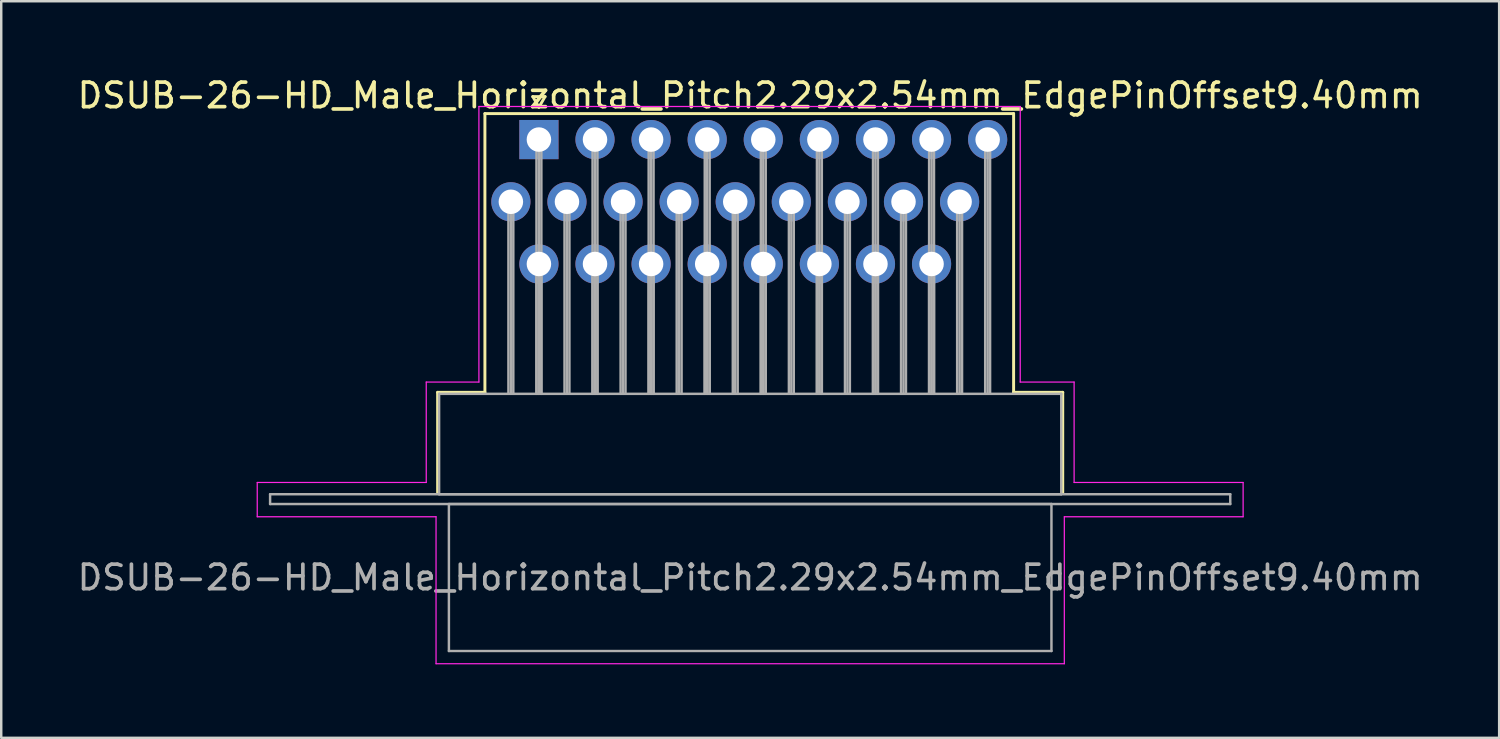
<source format=kicad_pcb>
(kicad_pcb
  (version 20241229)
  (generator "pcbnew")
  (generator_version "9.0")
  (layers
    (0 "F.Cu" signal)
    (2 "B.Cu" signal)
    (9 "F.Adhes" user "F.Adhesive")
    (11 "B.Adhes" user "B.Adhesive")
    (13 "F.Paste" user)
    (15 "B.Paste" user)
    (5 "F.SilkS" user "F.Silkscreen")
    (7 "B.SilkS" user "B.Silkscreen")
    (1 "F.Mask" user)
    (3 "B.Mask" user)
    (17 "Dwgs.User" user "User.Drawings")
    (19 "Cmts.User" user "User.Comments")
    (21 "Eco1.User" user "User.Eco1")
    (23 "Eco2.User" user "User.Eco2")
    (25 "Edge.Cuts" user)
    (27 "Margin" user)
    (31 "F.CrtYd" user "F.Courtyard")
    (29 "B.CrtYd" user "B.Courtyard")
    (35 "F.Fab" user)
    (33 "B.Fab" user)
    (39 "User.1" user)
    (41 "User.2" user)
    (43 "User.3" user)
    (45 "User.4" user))
  (footprint "DSUB-26-HD_Male_Horizontal_Pitch2.29x2.54mm_EdgePinOffset9.40mm"
    (layer "F.Cu")
    (at 18.952 2.648)
    (property "Reference" "DSUB-26-HD_Male_Horizontal_Pitch2.29x2.54mm_EdgePinOffset9.40mm" (at 8.625 -1.8 0) (layer "F.SilkS") (effects (font (size 1 1) (thickness 0.15))))
    (attr through_hole)
    (fp_line (start -4.135 10.32) (end -2.205 10.32) (stroke (width 0.12) (type solid)) (layer "F.SilkS"))
    (fp_line (start -4.135 14.42) (end -4.135 10.32) (stroke (width 0.12) (type solid)) (layer "F.SilkS"))
    (fp_line (start -2.205 -1.06) (end 19.38 -1.06) (stroke (width 0.12) (type solid)) (layer "F.SilkS"))
    (fp_line (start -2.205 10.32) (end -2.205 -1.06) (stroke (width 0.12) (type solid)) (layer "F.SilkS"))
    (fp_line (start -0.25 -1.754) (end 0.25 -1.754) (stroke (width 0.12) (type solid)) (layer "F.SilkS"))
    (fp_line (start 0 -1.321) (end -0.25 -1.754) (stroke (width 0.12) (type solid)) (layer "F.SilkS"))
    (fp_line (start 0.25 -1.754) (end 0 -1.321) (stroke (width 0.12) (type solid)) (layer "F.SilkS"))
    (fp_line (start 19.38 -1.06) (end 19.38 10.32) (stroke (width 0.12) (type solid)) (layer "F.SilkS"))
    (fp_line (start 19.38 10.32) (end 21.385 10.32) (stroke (width 0.12) (type solid)) (layer "F.SilkS"))
    (fp_line (start 21.385 10.32) (end 21.385 14.42) (stroke (width 0.12) (type solid)) (layer "F.SilkS"))
    (fp_line (start -11.5 14) (end -4.6 14) (stroke (width 0.05) (type solid)) (layer "F.CrtYd"))
    (fp_line (start -11.5 15.4) (end -11.5 14) (stroke (width 0.05) (type solid)) (layer "F.CrtYd"))
    (fp_line (start -4.6 9.9) (end -2.45 9.9) (stroke (width 0.05) (type solid)) (layer "F.CrtYd"))
    (fp_line (start -4.6 14) (end -4.6 9.9) (stroke (width 0.05) (type solid)) (layer "F.CrtYd"))
    (fp_line (start -4.2 15.4) (end -11.5 15.4) (stroke (width 0.05) (type solid)) (layer "F.CrtYd"))
    (fp_line (start -4.2 21.4) (end -4.2 15.4) (stroke (width 0.05) (type solid)) (layer "F.CrtYd"))
    (fp_line (start -2.45 -1.35) (end 19.65 -1.35) (stroke (width 0.05) (type solid)) (layer "F.CrtYd"))
    (fp_line (start -2.45 9.9) (end -2.45 -1.35) (stroke (width 0.05) (type solid)) (layer "F.CrtYd"))
    (fp_line (start 19.65 -1.35) (end 19.65 9.9) (stroke (width 0.05) (type solid)) (layer "F.CrtYd"))
    (fp_line (start 19.65 9.9) (end 21.85 9.9) (stroke (width 0.05) (type solid)) (layer "F.CrtYd"))
    (fp_line (start 21.45 15.4) (end 21.45 21.4) (stroke (width 0.05) (type solid)) (layer "F.CrtYd"))
    (fp_line (start 21.45 21.4) (end -4.2 21.4) (stroke (width 0.05) (type solid)) (layer "F.CrtYd"))
    (fp_line (start 21.85 9.9) (end 21.85 14) (stroke (width 0.05) (type solid)) (layer "F.CrtYd"))
    (fp_line (start 21.85 14) (end 28.75 14) (stroke (width 0.05) (type solid)) (layer "F.CrtYd"))
    (fp_line (start 28.75 14) (end 28.75 15.4) (stroke (width 0.05) (type solid)) (layer "F.CrtYd"))
    (fp_line (start 28.75 15.4) (end 21.45 15.4) (stroke (width 0.05) (type solid)) (layer "F.CrtYd"))
    (fp_line (start -10.975 14.48) (end -10.975 14.88) (stroke (width 0.1) (type solid)) (layer "F.Fab"))
    (fp_line (start -10.975 14.88) (end 28.225 14.88) (stroke (width 0.1) (type solid)) (layer "F.Fab"))
    (fp_line (start -4.075 10.38) (end -4.075 14.48) (stroke (width 0.1) (type solid)) (layer "F.Fab"))
    (fp_line (start -4.075 14.48) (end 21.325 14.48) (stroke (width 0.1) (type solid)) (layer "F.Fab"))
    (fp_line (start -3.675 14.88) (end -3.675 20.88) (stroke (width 0.1) (type solid)) (layer "F.Fab"))
    (fp_line (start -3.675 20.88) (end 20.925 20.88) (stroke (width 0.1) (type solid)) (layer "F.Fab"))
    (fp_line (start -1.245 2.54) (end -1.245 10.38) (stroke (width 0.1) (type solid)) (layer "F.Fab"))
    (fp_line (start -1.145 2.54) (end -1.145 10.38) (stroke (width 0.1) (type solid)) (layer "F.Fab"))
    (fp_line (start -1.045 2.54) (end -1.045 10.38) (stroke (width 0.1) (type solid)) (layer "F.Fab"))
    (fp_line (start -0.1 0) (end -0.1 10.38) (stroke (width 0.1) (type solid)) (layer "F.Fab"))
    (fp_line (start -0.1 5.08) (end -0.1 10.38) (stroke (width 0.1) (type solid)) (layer "F.Fab"))
    (fp_line (start 0 0) (end 0 10.38) (stroke (width 0.1) (type solid)) (layer "F.Fab"))
    (fp_line (start 0 5.08) (end 0 10.38) (stroke (width 0.1) (type solid)) (layer "F.Fab"))
    (fp_line (start 0.1 0) (end 0.1 10.38) (stroke (width 0.1) (type solid)) (layer "F.Fab"))
    (fp_line (start 0.1 5.08) (end 0.1 10.38) (stroke (width 0.1) (type solid)) (layer "F.Fab"))
    (fp_line (start 1.045 2.54) (end 1.045 10.38) (stroke (width 0.1) (type solid)) (layer "F.Fab"))
    (fp_line (start 1.145 2.54) (end 1.145 10.38) (stroke (width 0.1) (type solid)) (layer "F.Fab"))
    (fp_line (start 1.245 2.54) (end 1.245 10.38) (stroke (width 0.1) (type solid)) (layer "F.Fab"))
    (fp_line (start 2.19 0) (end 2.19 10.38) (stroke (width 0.1) (type solid)) (layer "F.Fab"))
    (fp_line (start 2.19 5.08) (end 2.19 10.38) (stroke (width 0.1) (type solid)) (layer "F.Fab"))
    (fp_line (start 2.29 0) (end 2.29 10.38) (stroke (width 0.1) (type solid)) (layer "F.Fab"))
    (fp_line (start 2.29 5.08) (end 2.29 10.38) (stroke (width 0.1) (type solid)) (layer "F.Fab"))
    (fp_line (start 2.39 0) (end 2.39 10.38) (stroke (width 0.1) (type solid)) (layer "F.Fab"))
    (fp_line (start 2.39 5.08) (end 2.39 10.38) (stroke (width 0.1) (type solid)) (layer "F.Fab"))
    (fp_line (start 3.335 2.54) (end 3.335 10.38) (stroke (width 0.1) (type solid)) (layer "F.Fab"))
    (fp_line (start 3.435 2.54) (end 3.435 10.38) (stroke (width 0.1) (type solid)) (layer "F.Fab"))
    (fp_line (start 3.535 2.54) (end 3.535 10.38) (stroke (width 0.1) (type solid)) (layer "F.Fab"))
    (fp_line (start 4.48 0) (end 4.48 10.38) (stroke (width 0.1) (type solid)) (layer "F.Fab"))
    (fp_line (start 4.48 5.08) (end 4.48 10.38) (stroke (width 0.1) (type solid)) (layer "F.Fab"))
    (fp_line (start 4.58 0) (end 4.58 10.38) (stroke (width 0.1) (type solid)) (layer "F.Fab"))
    (fp_line (start 4.58 5.08) (end 4.58 10.38) (stroke (width 0.1) (type solid)) (layer "F.Fab"))
    (fp_line (start 4.68 0) (end 4.68 10.38) (stroke (width 0.1) (type solid)) (layer "F.Fab"))
    (fp_line (start 4.68 5.08) (end 4.68 10.38) (stroke (width 0.1) (type solid)) (layer "F.Fab"))
    (fp_line (start 5.625 2.54) (end 5.625 10.38) (stroke (width 0.1) (type solid)) (layer "F.Fab"))
    (fp_line (start 5.725 2.54) (end 5.725 10.38) (stroke (width 0.1) (type solid)) (layer "F.Fab"))
    (fp_line (start 5.825 2.54) (end 5.825 10.38) (stroke (width 0.1) (type solid)) (layer "F.Fab"))
    (fp_line (start 6.77 0) (end 6.77 10.38) (stroke (width 0.1) (type solid)) (layer "F.Fab"))
    (fp_line (start 6.77 5.08) (end 6.77 10.38) (stroke (width 0.1) (type solid)) (layer "F.Fab"))
    (fp_line (start 6.87 0) (end 6.87 10.38) (stroke (width 0.1) (type solid)) (layer "F.Fab"))
    (fp_line (start 6.87 5.08) (end 6.87 10.38) (stroke (width 0.1) (type solid)) (layer "F.Fab"))
    (fp_line (start 6.97 0) (end 6.97 10.38) (stroke (width 0.1) (type solid)) (layer "F.Fab"))
    (fp_line (start 6.97 5.08) (end 6.97 10.38) (stroke (width 0.1) (type solid)) (layer "F.Fab"))
    (fp_line (start 7.915 2.54) (end 7.915 10.38) (stroke (width 0.1) (type solid)) (layer "F.Fab"))
    (fp_line (start 8.015 2.54) (end 8.015 10.38) (stroke (width 0.1) (type solid)) (layer "F.Fab"))
    (fp_line (start 8.115 2.54) (end 8.115 10.38) (stroke (width 0.1) (type solid)) (layer "F.Fab"))
    (fp_line (start 9.06 0) (end 9.06 10.38) (stroke (width 0.1) (type solid)) (layer "F.Fab"))
    (fp_line (start 9.06 5.08) (end 9.06 10.38) (stroke (width 0.1) (type solid)) (layer "F.Fab"))
    (fp_line (start 9.16 0) (end 9.16 10.38) (stroke (width 0.1) (type solid)) (layer "F.Fab"))
    (fp_line (start 9.16 5.08) (end 9.16 10.38) (stroke (width 0.1) (type solid)) (layer "F.Fab"))
    (fp_line (start 9.26 0) (end 9.26 10.38) (stroke (width 0.1) (type solid)) (layer "F.Fab"))
    (fp_line (start 9.26 5.08) (end 9.26 10.38) (stroke (width 0.1) (type solid)) (layer "F.Fab"))
    (fp_line (start 10.205 2.54) (end 10.205 10.38) (stroke (width 0.1) (type solid)) (layer "F.Fab"))
    (fp_line (start 10.305 2.54) (end 10.305 10.38) (stroke (width 0.1) (type solid)) (layer "F.Fab"))
    (fp_line (start 10.405 2.54) (end 10.405 10.38) (stroke (width 0.1) (type solid)) (layer "F.Fab"))
    (fp_line (start 11.35 0) (end 11.35 10.38) (stroke (width 0.1) (type solid)) (layer "F.Fab"))
    (fp_line (start 11.35 5.08) (end 11.35 10.38) (stroke (width 0.1) (type solid)) (layer "F.Fab"))
    (fp_line (start 11.45 0) (end 11.45 10.38) (stroke (width 0.1) (type solid)) (layer "F.Fab"))
    (fp_line (start 11.45 5.08) (end 11.45 10.38) (stroke (width 0.1) (type solid)) (layer "F.Fab"))
    (fp_line (start 11.55 0) (end 11.55 10.38) (stroke (width 0.1) (type solid)) (layer "F.Fab"))
    (fp_line (start 11.55 5.08) (end 11.55 10.38) (stroke (width 0.1) (type solid)) (layer "F.Fab"))
    (fp_line (start 12.495 2.54) (end 12.495 10.38) (stroke (width 0.1) (type solid)) (layer "F.Fab"))
    (fp_line (start 12.595 2.54) (end 12.595 10.38) (stroke (width 0.1) (type solid)) (layer "F.Fab"))
    (fp_line (start 12.695 2.54) (end 12.695 10.38) (stroke (width 0.1) (type solid)) (layer "F.Fab"))
    (fp_line (start 13.64 0) (end 13.64 10.38) (stroke (width 0.1) (type solid)) (layer "F.Fab"))
    (fp_line (start 13.64 5.08) (end 13.64 10.38) (stroke (width 0.1) (type solid)) (layer "F.Fab"))
    (fp_line (start 13.74 0) (end 13.74 10.38) (stroke (width 0.1) (type solid)) (layer "F.Fab"))
    (fp_line (start 13.74 5.08) (end 13.74 10.38) (stroke (width 0.1) (type solid)) (layer "F.Fab"))
    (fp_line (start 13.84 0) (end 13.84 10.38) (stroke (width 0.1) (type solid)) (layer "F.Fab"))
    (fp_line (start 13.84 5.08) (end 13.84 10.38) (stroke (width 0.1) (type solid)) (layer "F.Fab"))
    (fp_line (start 14.785 2.54) (end 14.785 10.38) (stroke (width 0.1) (type solid)) (layer "F.Fab"))
    (fp_line (start 14.885 2.54) (end 14.885 10.38) (stroke (width 0.1) (type solid)) (layer "F.Fab"))
    (fp_line (start 14.985 2.54) (end 14.985 10.38) (stroke (width 0.1) (type solid)) (layer "F.Fab"))
    (fp_line (start 15.93 0) (end 15.93 10.38) (stroke (width 0.1) (type solid)) (layer "F.Fab"))
    (fp_line (start 15.93 5.08) (end 15.93 10.38) (stroke (width 0.1) (type solid)) (layer "F.Fab"))
    (fp_line (start 16.03 0) (end 16.03 10.38) (stroke (width 0.1) (type solid)) (layer "F.Fab"))
    (fp_line (start 16.03 5.08) (end 16.03 10.38) (stroke (width 0.1) (type solid)) (layer "F.Fab"))
    (fp_line (start 16.13 0) (end 16.13 10.38) (stroke (width 0.1) (type solid)) (layer "F.Fab"))
    (fp_line (start 16.13 5.08) (end 16.13 10.38) (stroke (width 0.1) (type solid)) (layer "F.Fab"))
    (fp_line (start 17.075 2.54) (end 17.075 10.38) (stroke (width 0.1) (type solid)) (layer "F.Fab"))
    (fp_line (start 17.175 2.54) (end 17.175 10.38) (stroke (width 0.1) (type solid)) (layer "F.Fab"))
    (fp_line (start 17.275 2.54) (end 17.275 10.38) (stroke (width 0.1) (type solid)) (layer "F.Fab"))
    (fp_line (start 18.22 0) (end 18.22 10.38) (stroke (width 0.1) (type solid)) (layer "F.Fab"))
    (fp_line (start 18.32 0) (end 18.32 10.38) (stroke (width 0.1) (type solid)) (layer "F.Fab"))
    (fp_line (start 18.42 0) (end 18.42 10.38) (stroke (width 0.1) (type solid)) (layer "F.Fab"))
    (fp_line (start 20.925 14.88) (end -3.675 14.88) (stroke (width 0.1) (type solid)) (layer "F.Fab"))
    (fp_line (start 20.925 20.88) (end 20.925 14.88) (stroke (width 0.1) (type solid)) (layer "F.Fab"))
    (fp_line (start 21.325 10.38) (end -4.075 10.38) (stroke (width 0.1) (type solid)) (layer "F.Fab"))
    (fp_line (start 21.325 14.48) (end 21.325 10.38) (stroke (width 0.1) (type solid)) (layer "F.Fab"))
    (fp_line (start 28.225 14.48) (end -10.975 14.48) (stroke (width 0.1) (type solid)) (layer "F.Fab"))
    (fp_line (start 28.225 14.88) (end 28.225 14.48) (stroke (width 0.1) (type solid)) (layer "F.Fab"))
    (fp_text user "${REFERENCE}" (at 8.625 17.88 0) (layer "F.Fab") (effects (font (size 1 1) (thickness 0.15))))
    (pad "1" thru_hole rect (at 0 0) (size 1.6 1.6) (drill 1) (layers "*.Cu" "*.Mask"))
    (pad "2" thru_hole circle (at 2.29 0) (size 1.6 1.6) (drill 1) (layers "*.Cu" "*.Mask"))
    (pad "3" thru_hole circle (at 4.58 0) (size 1.6 1.6) (drill 1) (layers "*.Cu" "*.Mask"))
    (pad "4" thru_hole circle (at 6.87 0) (size 1.6 1.6) (drill 1) (layers "*.Cu" "*.Mask"))
    (pad "5" thru_hole circle (at 9.16 0) (size 1.6 1.6) (drill 1) (layers "*.Cu" "*.Mask"))
    (pad "6" thru_hole circle (at 11.45 0) (size 1.6 1.6) (drill 1) (layers "*.Cu" "*.Mask"))
    (pad "7" thru_hole circle (at 13.74 0) (size 1.6 1.6) (drill 1) (layers "*.Cu" "*.Mask"))
    (pad "8" thru_hole circle (at 16.03 0) (size 1.6 1.6) (drill 1) (layers "*.Cu" "*.Mask"))
    (pad "9" thru_hole circle (at 18.32 0) (size 1.6 1.6) (drill 1) (layers "*.Cu" "*.Mask"))
    (pad "10" thru_hole circle (at -1.145 2.54) (size 1.6 1.6) (drill 1) (layers "*.Cu" "*.Mask"))
    (pad "11" thru_hole circle (at 1.145 2.54) (size 1.6 1.6) (drill 1) (layers "*.Cu" "*.Mask"))
    (pad "12" thru_hole circle (at 3.435 2.54) (size 1.6 1.6) (drill 1) (layers "*.Cu" "*.Mask"))
    (pad "13" thru_hole circle (at 5.725 2.54) (size 1.6 1.6) (drill 1) (layers "*.Cu" "*.Mask"))
    (pad "14" thru_hole circle (at 8.015 2.54) (size 1.6 1.6) (drill 1) (layers "*.Cu" "*.Mask"))
    (pad "15" thru_hole circle (at 10.305 2.54) (size 1.6 1.6) (drill 1) (layers "*.Cu" "*.Mask"))
    (pad "16" thru_hole circle (at 12.595 2.54) (size 1.6 1.6) (drill 1) (layers "*.Cu" "*.Mask"))
    (pad "17" thru_hole circle (at 14.885 2.54) (size 1.6 1.6) (drill 1) (layers "*.Cu" "*.Mask"))
    (pad "18" thru_hole circle (at 17.175 2.54) (size 1.6 1.6) (drill 1) (layers "*.Cu" "*.Mask"))
    (pad "19" thru_hole circle (at 0 5.08) (size 1.6 1.6) (drill 1) (layers "*.Cu" "*.Mask"))
    (pad "20" thru_hole circle (at 2.29 5.08) (size 1.6 1.6) (drill 1) (layers "*.Cu" "*.Mask"))
    (pad "21" thru_hole circle (at 4.58 5.08) (size 1.6 1.6) (drill 1) (layers "*.Cu" "*.Mask"))
    (pad "22" thru_hole circle (at 6.87 5.08) (size 1.6 1.6) (drill 1) (layers "*.Cu" "*.Mask"))
    (pad "23" thru_hole circle (at 9.16 5.08) (size 1.6 1.6) (drill 1) (layers "*.Cu" "*.Mask"))
    (pad "24" thru_hole circle (at 11.45 5.08) (size 1.6 1.6) (drill 1) (layers "*.Cu" "*.Mask"))
    (pad "25" thru_hole circle (at 13.74 5.08) (size 1.6 1.6) (drill 1) (layers "*.Cu" "*.Mask"))
    (pad "26" thru_hole circle (at 16.03 5.08) (size 1.6 1.6) (drill 1) (layers "*.Cu" "*.Mask")))
  (gr_rect
    (start -3 -3)
    (end 58.155 27.073)
    (stroke (width 0.1) (type default))
    (fill no)
    (layer "Edge.Cuts")))
</source>
